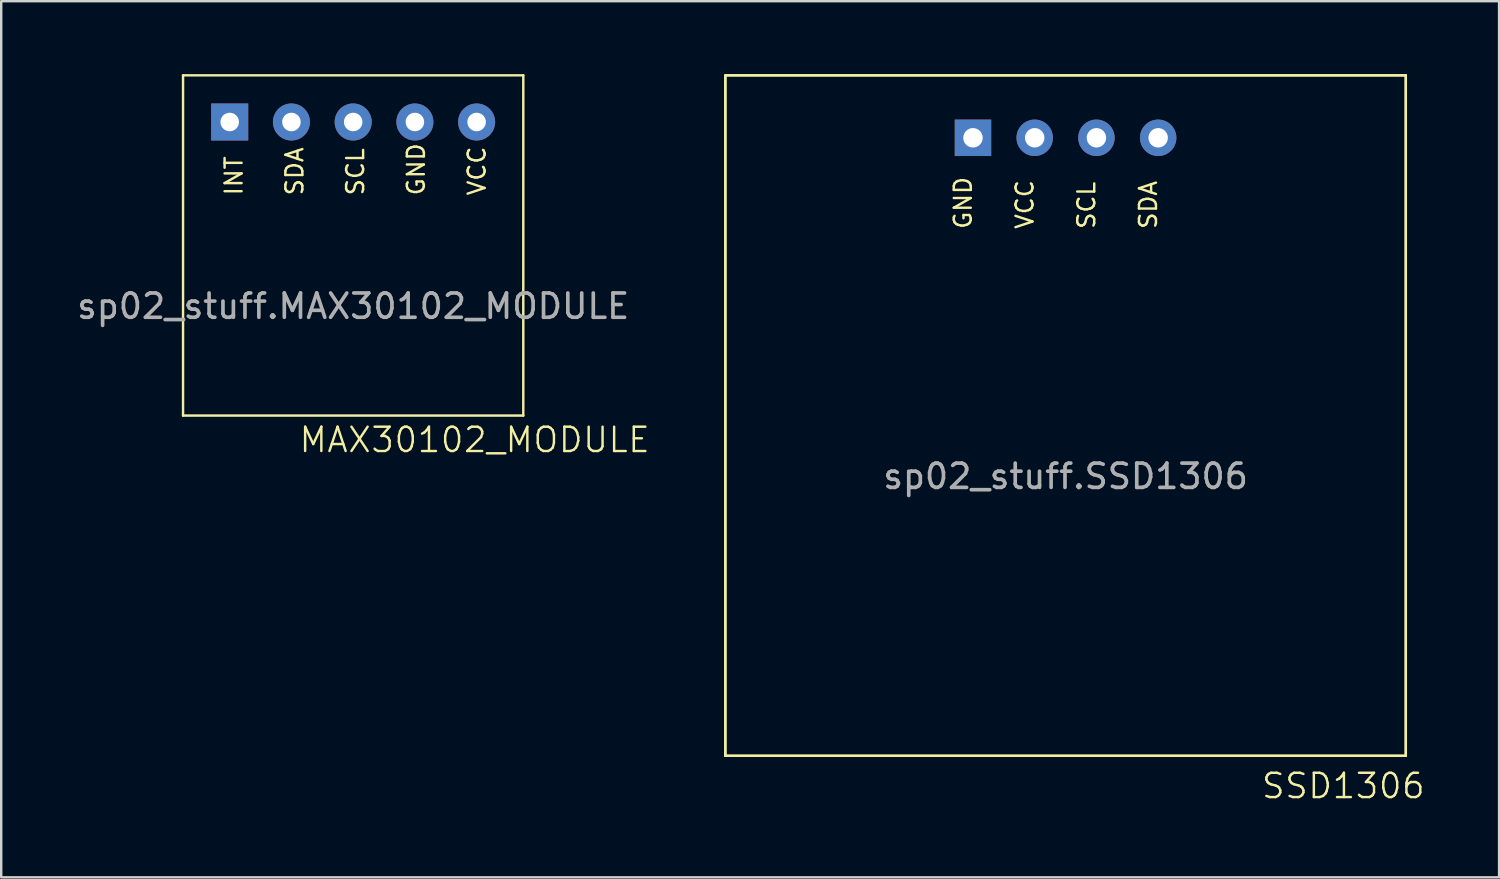
<source format=kicad_pcb>
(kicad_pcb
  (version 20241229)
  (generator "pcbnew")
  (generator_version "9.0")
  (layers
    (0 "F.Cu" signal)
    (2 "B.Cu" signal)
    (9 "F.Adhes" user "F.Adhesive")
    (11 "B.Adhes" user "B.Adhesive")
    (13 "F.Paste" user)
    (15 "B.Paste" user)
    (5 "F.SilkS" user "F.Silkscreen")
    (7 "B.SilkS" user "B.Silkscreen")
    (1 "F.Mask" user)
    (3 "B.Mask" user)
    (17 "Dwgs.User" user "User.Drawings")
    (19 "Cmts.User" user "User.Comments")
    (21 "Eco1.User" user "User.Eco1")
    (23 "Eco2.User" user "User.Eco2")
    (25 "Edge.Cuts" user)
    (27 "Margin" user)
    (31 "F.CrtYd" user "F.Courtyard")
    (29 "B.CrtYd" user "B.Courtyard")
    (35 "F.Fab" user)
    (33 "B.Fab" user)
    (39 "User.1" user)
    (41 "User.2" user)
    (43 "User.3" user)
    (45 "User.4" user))
  (footprint "MAX30102_MODULE"
    (layer "F.Cu")
    (at 11.482 7.05)
    (property "Reference" "MAX30102_MODULE" (at 5 8 0) (unlocked yes) (layer "F.SilkS") (effects (font (size 1 1) (thickness 0.1))))
    (attr through_hole)
    (fp_line (start -7 -7) (end 7 -7) (stroke (width 0.1) (type default)) (layer "F.SilkS"))
    (fp_line (start -7 7) (end -7 -7) (stroke (width 0.1) (type default)) (layer "F.SilkS"))
    (fp_line (start 7 -7) (end 7 7) (stroke (width 0.1) (type default)) (layer "F.SilkS"))
    (fp_line (start 7 7) (end -7 7) (stroke (width 0.1) (type default)) (layer "F.SilkS"))
    (fp_text user "VCC" (at 5.5 -2 90) (unlocked yes) (layer "F.SilkS") (effects (font (size 0.7 0.7) (thickness 0.1)) (justify left bottom)))
    (fp_text user "GND" (at 3 -2 90) (unlocked yes) (layer "F.SilkS") (effects (font (size 0.7 0.7) (thickness 0.1)) (justify left bottom)))
    (fp_text user "SDA" (at -2 -2 90) (unlocked yes) (layer "F.SilkS") (effects (font (size 0.7 0.7) (thickness 0.1)) (justify left bottom)))
    (fp_text user "SCL" (at 0.5 -2 90) (unlocked yes) (layer "F.SilkS") (effects (font (size 0.7 0.7) (thickness 0.1)) (justify left bottom)))
    (fp_text user "INT" (at -4.5 -2 90) (unlocked yes) (layer "F.SilkS") (effects (font (size 0.7 0.7) (thickness 0.1)) (justify left bottom)))
    (fp_text user "sp02_stuff.MAX30102_MODULE" (at 0 2.5 0) (unlocked yes) (layer "F.Fab") (effects (font (size 1 1) (thickness 0.15))))
    (pad "1" thru_hole rect (at -5.08 -5.08) (size 1.524 1.524) (drill 0.762) (layers "*.Cu" "*.Mask"))
    (pad "2" thru_hole circle (at -2.54 -5.08) (size 1.524 1.524) (drill 0.762) (layers "*.Cu" "*.Mask"))
    (pad "3" thru_hole circle (at 0 -5.08) (size 1.524 1.524) (drill 0.762) (layers "*.Cu" "*.Mask"))
    (pad "4" thru_hole circle (at 2.54 -5.08) (size 1.524 1.524) (drill 0.762) (layers "*.Cu" "*.Mask"))
    (pad "5" thru_hole circle (at 5.08 -5.08) (size 1.524 1.524) (drill 0.762) (layers "*.Cu" "*.Mask"))
    (zone (net_name "") (layer "F.SilkS") (hatch edge 0.5) (connect_pads) (min_thickness 0.25) (filled_areas_thickness no) (keepout (tracks allowed) (vias allowed) (pads not_allowed) (copperpour allowed) (footprints not_allowed)) (placement (enabled no)) (fill) (polygon (pts (xy 4.482 0.05) (xy 18.482 0.05) (xy 18.482 14.05) (xy 4.482 14.05)))))
  (footprint "SSD1306"
    (layer "F.Cu")
    (at 40.796 14.05)
    (property "Reference" "SSD1306" (at 11.43 15.24 0) (unlocked yes) (layer "F.SilkS") (effects (font (size 1 1) (thickness 0.1))))
    (attr through_hole)
    (fp_line (start -14 -14) (end 14 -14) (stroke (width 0.1) (type default)) (layer "F.SilkS"))
    (fp_line (start -14 14) (end -14 -14) (stroke (width 0.1) (type default)) (layer "F.SilkS"))
    (fp_line (start 14 -14) (end 14 14) (stroke (width 0.1) (type default)) (layer "F.SilkS"))
    (fp_line (start 14 14) (end -14 14) (stroke (width 0.1) (type default)) (layer "F.SilkS"))
    (fp_rect (start -14 -14) (end 14 14) (stroke (width 0.1) (type default)) (fill no) (layer "F.SilkS"))
    (fp_text user "GND" (at -3.81 -7.62 90) (unlocked yes) (layer "F.SilkS") (effects (font (size 0.7 0.7) (thickness 0.1)) (justify left bottom)))
    (fp_text user "VCC" (at -1.27 -7.62 90) (unlocked yes) (layer "F.SilkS") (effects (font (size 0.7 0.7) (thickness 0.1)) (justify left bottom)))
    (fp_text user "SCL" (at 1.27 -7.62 90) (unlocked yes) (layer "F.SilkS") (effects (font (size 0.7 0.7) (thickness 0.1)) (justify left bottom)))
    (fp_text user "SDA" (at 3.81 -7.62 90) (unlocked yes) (layer "F.SilkS") (effects (font (size 0.7 0.7) (thickness 0.1)) (justify left bottom)))
    (fp_text user "sp02_stuff.SSD1306" (at 0 2.5 0) (unlocked yes) (layer "F.Fab") (effects (font (size 1 1) (thickness 0.15))))
    (pad "1" thru_hole rect (at -3.81 -11.43) (size 1.5 1.5) (drill 0.8) (layers "*.Cu" "*.Mask"))
    (pad "2" thru_hole circle (at -1.27 -11.43) (size 1.5 1.5) (drill 0.8) (layers "*.Cu" "*.Mask"))
    (pad "3" thru_hole circle (at 1.27 -11.43) (size 1.5 1.5) (drill 0.8) (layers "*.Cu" "*.Mask"))
    (pad "4" thru_hole circle (at 3.81 -11.43) (size 1.5 1.5) (drill 0.8) (layers "*.Cu" "*.Mask"))
    (zone (net_name "") (layer "F.SilkS") (hatch edge 0.5) (connect_pads) (min_thickness 0.25) (filled_areas_thickness no) (keepout (tracks allowed) (vias allowed) (pads not_allowed) (copperpour allowed) (footprints not_allowed)) (placement (enabled no)) (fill) (polygon (pts (xy 26.766 0.05) (xy 54.766 0.05) (xy 54.766 28.05) (xy 26.766 28.05)))))
  (gr_rect
    (start -3 -3)
    (end 58.634 33.05)
    (stroke (width 0.1) (type default))
    (fill no)
    (layer "Edge.Cuts")))
</source>
